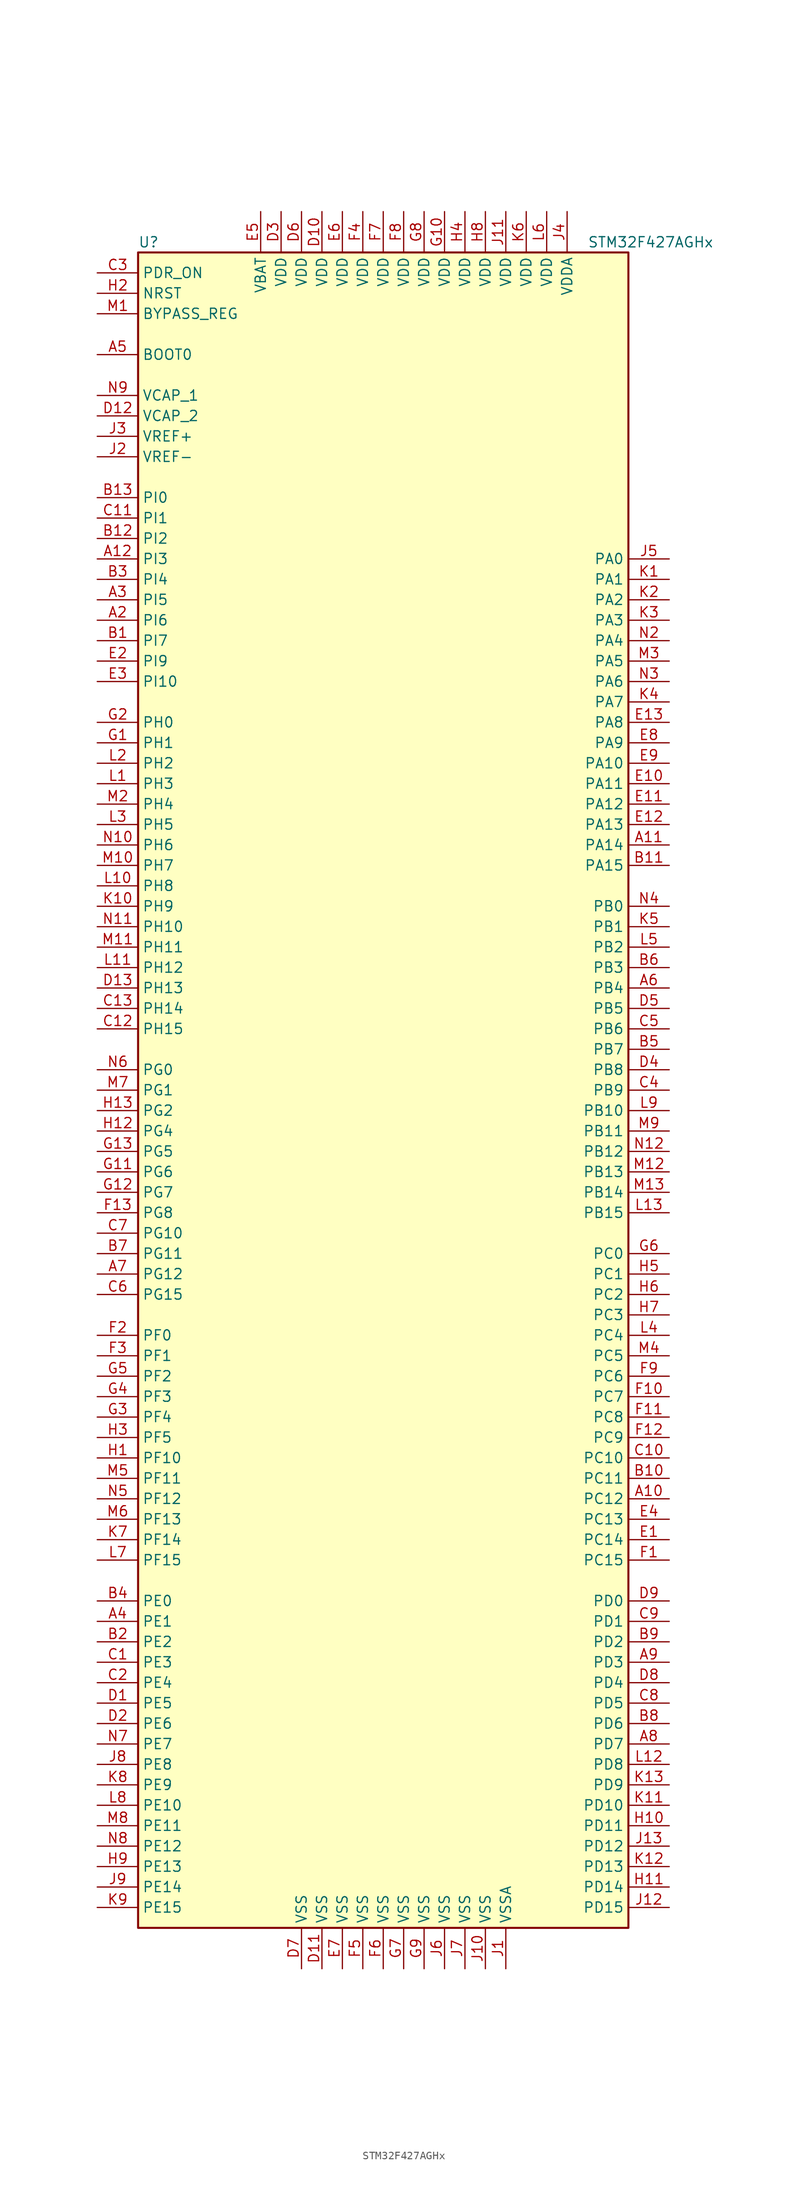
<source format=kicad_sym>
(kicad_symbol_lib
  (version 20200908)
  (generator kicad_symbol_editor)
  (symbol "MCU_ST_STM32F4:STM32F427AGHx"
    (property "Reference" "U"
      (at -30.48 105.41 0)
      (effects (font (size 1.27 1.27)) (justify left)))
    (property "Value" "STM32F427AGHx"
      (at 25.4 105.41 0)
      (effects (font (size 1.27 1.27)) (justify left)))
    (symbol "STM32F427AGHx_0_1"
      (rectangle (start -30.48 -104.14) (end 30.48 104.14) (stroke (width 0.254)) (fill (type background))))
    (symbol "STM32F427AGHx_1_1"
      (pin input line (at -35.56 91.44 0) (length 5.08) (name "BOOT0" (effects (font (size 1.27 1.27)))) (number "A5" (effects (font (size 1.27 1.27)))))
      (pin input line (at -35.56 96.52 0) (length 5.08) (name "BYPASS_REG" (effects (font (size 1.27 1.27)))) (number "M1" (effects (font (size 1.27 1.27)))))
      (pin unconnected line (at -30.48 -101.6 0) (length 5.08) hide (name "NC" (effects (font (size 1.27 1.27)))) (number "A1" (effects (font (size 1.27 1.27)))))
      (pin unconnected line (at -30.48 -99.06 0) (length 5.08) hide (name "NC" (effects (font (size 1.27 1.27)))) (number "A13" (effects (font (size 1.27 1.27)))))
      (pin unconnected line (at -30.48 -96.52 0) (length 5.08) hide (name "NC" (effects (font (size 1.27 1.27)))) (number "N1" (effects (font (size 1.27 1.27)))))
      (pin unconnected line (at -30.48 -93.98 0) (length 5.08) hide (name "NC" (effects (font (size 1.27 1.27)))) (number "N13" (effects (font (size 1.27 1.27)))))
      (pin input line (at -35.56 99.06 0) (length 5.08) (name "NRST" (effects (font (size 1.27 1.27)))) (number "H2" (effects (font (size 1.27 1.27)))))
      (pin bidirectional line (at 35.56 66.04 180) (length 5.08) (name "PA0" (effects (font (size 1.27 1.27)))) (number "J5" (effects (font (size 1.27 1.27)))))
      (pin bidirectional line (at 35.56 63.5 180) (length 5.08) (name "PA1" (effects (font (size 1.27 1.27)))) (number "K1" (effects (font (size 1.27 1.27)))))
      (pin bidirectional line (at 35.56 40.64 180) (length 5.08) (name "PA10" (effects (font (size 1.27 1.27)))) (number "E9" (effects (font (size 1.27 1.27)))))
      (pin bidirectional line (at 35.56 38.1 180) (length 5.08) (name "PA11" (effects (font (size 1.27 1.27)))) (number "E10" (effects (font (size 1.27 1.27)))))
      (pin bidirectional line (at 35.56 35.56 180) (length 5.08) (name "PA12" (effects (font (size 1.27 1.27)))) (number "E11" (effects (font (size 1.27 1.27)))))
      (pin bidirectional line (at 35.56 33.02 180) (length 5.08) (name "PA13" (effects (font (size 1.27 1.27)))) (number "E12" (effects (font (size 1.27 1.27)))))
      (pin bidirectional line (at 35.56 30.48 180) (length 5.08) (name "PA14" (effects (font (size 1.27 1.27)))) (number "A11" (effects (font (size 1.27 1.27)))))
      (pin bidirectional line (at 35.56 27.94 180) (length 5.08) (name "PA15" (effects (font (size 1.27 1.27)))) (number "B11" (effects (font (size 1.27 1.27)))))
      (pin bidirectional line (at 35.56 60.96 180) (length 5.08) (name "PA2" (effects (font (size 1.27 1.27)))) (number "K2" (effects (font (size 1.27 1.27)))))
      (pin bidirectional line (at 35.56 58.42 180) (length 5.08) (name "PA3" (effects (font (size 1.27 1.27)))) (number "K3" (effects (font (size 1.27 1.27)))))
      (pin bidirectional line (at 35.56 55.88 180) (length 5.08) (name "PA4" (effects (font (size 1.27 1.27)))) (number "N2" (effects (font (size 1.27 1.27)))))
      (pin bidirectional line (at 35.56 53.34 180) (length 5.08) (name "PA5" (effects (font (size 1.27 1.27)))) (number "M3" (effects (font (size 1.27 1.27)))))
      (pin bidirectional line (at 35.56 50.8 180) (length 5.08) (name "PA6" (effects (font (size 1.27 1.27)))) (number "N3" (effects (font (size 1.27 1.27)))))
      (pin bidirectional line (at 35.56 48.26 180) (length 5.08) (name "PA7" (effects (font (size 1.27 1.27)))) (number "K4" (effects (font (size 1.27 1.27)))))
      (pin bidirectional line (at 35.56 45.72 180) (length 5.08) (name "PA8" (effects (font (size 1.27 1.27)))) (number "E13" (effects (font (size 1.27 1.27)))))
      (pin bidirectional line (at 35.56 43.18 180) (length 5.08) (name "PA9" (effects (font (size 1.27 1.27)))) (number "E8" (effects (font (size 1.27 1.27)))))
      (pin bidirectional line (at 35.56 22.86 180) (length 5.08) (name "PB0" (effects (font (size 1.27 1.27)))) (number "N4" (effects (font (size 1.27 1.27)))))
      (pin bidirectional line (at 35.56 20.32 180) (length 5.08) (name "PB1" (effects (font (size 1.27 1.27)))) (number "K5" (effects (font (size 1.27 1.27)))))
      (pin bidirectional line (at 35.56 -2.54 180) (length 5.08) (name "PB10" (effects (font (size 1.27 1.27)))) (number "L9" (effects (font (size 1.27 1.27)))))
      (pin bidirectional line (at 35.56 -5.08 180) (length 5.08) (name "PB11" (effects (font (size 1.27 1.27)))) (number "M9" (effects (font (size 1.27 1.27)))))
      (pin bidirectional line (at 35.56 -7.62 180) (length 5.08) (name "PB12" (effects (font (size 1.27 1.27)))) (number "N12" (effects (font (size 1.27 1.27)))))
      (pin bidirectional line (at 35.56 -10.16 180) (length 5.08) (name "PB13" (effects (font (size 1.27 1.27)))) (number "M12" (effects (font (size 1.27 1.27)))))
      (pin bidirectional line (at 35.56 -12.7 180) (length 5.08) (name "PB14" (effects (font (size 1.27 1.27)))) (number "M13" (effects (font (size 1.27 1.27)))))
      (pin bidirectional line (at 35.56 -15.24 180) (length 5.08) (name "PB15" (effects (font (size 1.27 1.27)))) (number "L13" (effects (font (size 1.27 1.27)))))
      (pin bidirectional line (at 35.56 17.78 180) (length 5.08) (name "PB2" (effects (font (size 1.27 1.27)))) (number "L5" (effects (font (size 1.27 1.27)))))
      (pin bidirectional line (at 35.56 15.24 180) (length 5.08) (name "PB3" (effects (font (size 1.27 1.27)))) (number "B6" (effects (font (size 1.27 1.27)))))
      (pin bidirectional line (at 35.56 12.7 180) (length 5.08) (name "PB4" (effects (font (size 1.27 1.27)))) (number "A6" (effects (font (size 1.27 1.27)))))
      (pin bidirectional line (at 35.56 10.16 180) (length 5.08) (name "PB5" (effects (font (size 1.27 1.27)))) (number "D5" (effects (font (size 1.27 1.27)))))
      (pin bidirectional line (at 35.56 7.62 180) (length 5.08) (name "PB6" (effects (font (size 1.27 1.27)))) (number "C5" (effects (font (size 1.27 1.27)))))
      (pin bidirectional line (at 35.56 5.08 180) (length 5.08) (name "PB7" (effects (font (size 1.27 1.27)))) (number "B5" (effects (font (size 1.27 1.27)))))
      (pin bidirectional line (at 35.56 2.54 180) (length 5.08) (name "PB8" (effects (font (size 1.27 1.27)))) (number "D4" (effects (font (size 1.27 1.27)))))
      (pin bidirectional line (at 35.56 0 180) (length 5.08) (name "PB9" (effects (font (size 1.27 1.27)))) (number "C4" (effects (font (size 1.27 1.27)))))
      (pin bidirectional line (at 35.56 -20.32 180) (length 5.08) (name "PC0" (effects (font (size 1.27 1.27)))) (number "G6" (effects (font (size 1.27 1.27)))))
      (pin bidirectional line (at 35.56 -22.86 180) (length 5.08) (name "PC1" (effects (font (size 1.27 1.27)))) (number "H5" (effects (font (size 1.27 1.27)))))
      (pin bidirectional line (at 35.56 -45.72 180) (length 5.08) (name "PC10" (effects (font (size 1.27 1.27)))) (number "C10" (effects (font (size 1.27 1.27)))))
      (pin bidirectional line (at 35.56 -48.26 180) (length 5.08) (name "PC11" (effects (font (size 1.27 1.27)))) (number "B10" (effects (font (size 1.27 1.27)))))
      (pin bidirectional line (at 35.56 -50.8 180) (length 5.08) (name "PC12" (effects (font (size 1.27 1.27)))) (number "A10" (effects (font (size 1.27 1.27)))))
      (pin bidirectional line (at 35.56 -53.34 180) (length 5.08) (name "PC13" (effects (font (size 1.27 1.27)))) (number "E4" (effects (font (size 1.27 1.27)))))
      (pin bidirectional line (at 35.56 -55.88 180) (length 5.08) (name "PC14" (effects (font (size 1.27 1.27)))) (number "E1" (effects (font (size 1.27 1.27)))))
      (pin bidirectional line (at 35.56 -58.42 180) (length 5.08) (name "PC15" (effects (font (size 1.27 1.27)))) (number "F1" (effects (font (size 1.27 1.27)))))
      (pin bidirectional line (at 35.56 -25.4 180) (length 5.08) (name "PC2" (effects (font (size 1.27 1.27)))) (number "H6" (effects (font (size 1.27 1.27)))))
      (pin bidirectional line (at 35.56 -27.94 180) (length 5.08) (name "PC3" (effects (font (size 1.27 1.27)))) (number "H7" (effects (font (size 1.27 1.27)))))
      (pin bidirectional line (at 35.56 -30.48 180) (length 5.08) (name "PC4" (effects (font (size 1.27 1.27)))) (number "L4" (effects (font (size 1.27 1.27)))))
      (pin bidirectional line (at 35.56 -33.02 180) (length 5.08) (name "PC5" (effects (font (size 1.27 1.27)))) (number "M4" (effects (font (size 1.27 1.27)))))
      (pin bidirectional line (at 35.56 -35.56 180) (length 5.08) (name "PC6" (effects (font (size 1.27 1.27)))) (number "F9" (effects (font (size 1.27 1.27)))))
      (pin bidirectional line (at 35.56 -38.1 180) (length 5.08) (name "PC7" (effects (font (size 1.27 1.27)))) (number "F10" (effects (font (size 1.27 1.27)))))
      (pin bidirectional line (at 35.56 -40.64 180) (length 5.08) (name "PC8" (effects (font (size 1.27 1.27)))) (number "F11" (effects (font (size 1.27 1.27)))))
      (pin bidirectional line (at 35.56 -43.18 180) (length 5.08) (name "PC9" (effects (font (size 1.27 1.27)))) (number "F12" (effects (font (size 1.27 1.27)))))
      (pin bidirectional line (at 35.56 -63.5 180) (length 5.08) (name "PD0" (effects (font (size 1.27 1.27)))) (number "D9" (effects (font (size 1.27 1.27)))))
      (pin bidirectional line (at 35.56 -66.04 180) (length 5.08) (name "PD1" (effects (font (size 1.27 1.27)))) (number "C9" (effects (font (size 1.27 1.27)))))
      (pin bidirectional line (at 35.56 -88.9 180) (length 5.08) (name "PD10" (effects (font (size 1.27 1.27)))) (number "K11" (effects (font (size 1.27 1.27)))))
      (pin bidirectional line (at 35.56 -91.44 180) (length 5.08) (name "PD11" (effects (font (size 1.27 1.27)))) (number "H10" (effects (font (size 1.27 1.27)))))
      (pin bidirectional line (at 35.56 -93.98 180) (length 5.08) (name "PD12" (effects (font (size 1.27 1.27)))) (number "J13" (effects (font (size 1.27 1.27)))))
      (pin bidirectional line (at 35.56 -96.52 180) (length 5.08) (name "PD13" (effects (font (size 1.27 1.27)))) (number "K12" (effects (font (size 1.27 1.27)))))
      (pin bidirectional line (at 35.56 -99.06 180) (length 5.08) (name "PD14" (effects (font (size 1.27 1.27)))) (number "H11" (effects (font (size 1.27 1.27)))))
      (pin bidirectional line (at 35.56 -101.6 180) (length 5.08) (name "PD15" (effects (font (size 1.27 1.27)))) (number "J12" (effects (font (size 1.27 1.27)))))
      (pin bidirectional line (at 35.56 -68.58 180) (length 5.08) (name "PD2" (effects (font (size 1.27 1.27)))) (number "B9" (effects (font (size 1.27 1.27)))))
      (pin bidirectional line (at 35.56 -71.12 180) (length 5.08) (name "PD3" (effects (font (size 1.27 1.27)))) (number "A9" (effects (font (size 1.27 1.27)))))
      (pin bidirectional line (at 35.56 -73.66 180) (length 5.08) (name "PD4" (effects (font (size 1.27 1.27)))) (number "D8" (effects (font (size 1.27 1.27)))))
      (pin bidirectional line (at 35.56 -76.2 180) (length 5.08) (name "PD5" (effects (font (size 1.27 1.27)))) (number "C8" (effects (font (size 1.27 1.27)))))
      (pin bidirectional line (at 35.56 -78.74 180) (length 5.08) (name "PD6" (effects (font (size 1.27 1.27)))) (number "B8" (effects (font (size 1.27 1.27)))))
      (pin bidirectional line (at 35.56 -81.28 180) (length 5.08) (name "PD7" (effects (font (size 1.27 1.27)))) (number "A8" (effects (font (size 1.27 1.27)))))
      (pin bidirectional line (at 35.56 -83.82 180) (length 5.08) (name "PD8" (effects (font (size 1.27 1.27)))) (number "L12" (effects (font (size 1.27 1.27)))))
      (pin bidirectional line (at 35.56 -86.36 180) (length 5.08) (name "PD9" (effects (font (size 1.27 1.27)))) (number "K13" (effects (font (size 1.27 1.27)))))
      (pin input line (at -35.56 101.6 0) (length 5.08) (name "PDR_ON" (effects (font (size 1.27 1.27)))) (number "C3" (effects (font (size 1.27 1.27)))))
      (pin bidirectional line (at -35.56 -63.5 0) (length 5.08) (name "PE0" (effects (font (size 1.27 1.27)))) (number "B4" (effects (font (size 1.27 1.27)))))
      (pin bidirectional line (at -35.56 -66.04 0) (length 5.08) (name "PE1" (effects (font (size 1.27 1.27)))) (number "A4" (effects (font (size 1.27 1.27)))))
      (pin bidirectional line (at -35.56 -88.9 0) (length 5.08) (name "PE10" (effects (font (size 1.27 1.27)))) (number "L8" (effects (font (size 1.27 1.27)))))
      (pin bidirectional line (at -35.56 -91.44 0) (length 5.08) (name "PE11" (effects (font (size 1.27 1.27)))) (number "M8" (effects (font (size 1.27 1.27)))))
      (pin bidirectional line (at -35.56 -93.98 0) (length 5.08) (name "PE12" (effects (font (size 1.27 1.27)))) (number "N8" (effects (font (size 1.27 1.27)))))
      (pin bidirectional line (at -35.56 -96.52 0) (length 5.08) (name "PE13" (effects (font (size 1.27 1.27)))) (number "H9" (effects (font (size 1.27 1.27)))))
      (pin bidirectional line (at -35.56 -99.06 0) (length 5.08) (name "PE14" (effects (font (size 1.27 1.27)))) (number "J9" (effects (font (size 1.27 1.27)))))
      (pin bidirectional line (at -35.56 -101.6 0) (length 5.08) (name "PE15" (effects (font (size 1.27 1.27)))) (number "K9" (effects (font (size 1.27 1.27)))))
      (pin bidirectional line (at -35.56 -68.58 0) (length 5.08) (name "PE2" (effects (font (size 1.27 1.27)))) (number "B2" (effects (font (size 1.27 1.27)))))
      (pin bidirectional line (at -35.56 -71.12 0) (length 5.08) (name "PE3" (effects (font (size 1.27 1.27)))) (number "C1" (effects (font (size 1.27 1.27)))))
      (pin bidirectional line (at -35.56 -73.66 0) (length 5.08) (name "PE4" (effects (font (size 1.27 1.27)))) (number "C2" (effects (font (size 1.27 1.27)))))
      (pin bidirectional line (at -35.56 -76.2 0) (length 5.08) (name "PE5" (effects (font (size 1.27 1.27)))) (number "D1" (effects (font (size 1.27 1.27)))))
      (pin bidirectional line (at -35.56 -78.74 0) (length 5.08) (name "PE6" (effects (font (size 1.27 1.27)))) (number "D2" (effects (font (size 1.27 1.27)))))
      (pin bidirectional line (at -35.56 -81.28 0) (length 5.08) (name "PE7" (effects (font (size 1.27 1.27)))) (number "N7" (effects (font (size 1.27 1.27)))))
      (pin bidirectional line (at -35.56 -83.82 0) (length 5.08) (name "PE8" (effects (font (size 1.27 1.27)))) (number "J8" (effects (font (size 1.27 1.27)))))
      (pin bidirectional line (at -35.56 -86.36 0) (length 5.08) (name "PE9" (effects (font (size 1.27 1.27)))) (number "K8" (effects (font (size 1.27 1.27)))))
      (pin bidirectional line (at -35.56 -30.48 0) (length 5.08) (name "PF0" (effects (font (size 1.27 1.27)))) (number "F2" (effects (font (size 1.27 1.27)))))
      (pin bidirectional line (at -35.56 -33.02 0) (length 5.08) (name "PF1" (effects (font (size 1.27 1.27)))) (number "F3" (effects (font (size 1.27 1.27)))))
      (pin bidirectional line (at -35.56 -45.72 0) (length 5.08) (name "PF10" (effects (font (size 1.27 1.27)))) (number "H1" (effects (font (size 1.27 1.27)))))
      (pin bidirectional line (at -35.56 -48.26 0) (length 5.08) (name "PF11" (effects (font (size 1.27 1.27)))) (number "M5" (effects (font (size 1.27 1.27)))))
      (pin bidirectional line (at -35.56 -50.8 0) (length 5.08) (name "PF12" (effects (font (size 1.27 1.27)))) (number "N5" (effects (font (size 1.27 1.27)))))
      (pin bidirectional line (at -35.56 -53.34 0) (length 5.08) (name "PF13" (effects (font (size 1.27 1.27)))) (number "M6" (effects (font (size 1.27 1.27)))))
      (pin bidirectional line (at -35.56 -55.88 0) (length 5.08) (name "PF14" (effects (font (size 1.27 1.27)))) (number "K7" (effects (font (size 1.27 1.27)))))
      (pin bidirectional line (at -35.56 -58.42 0) (length 5.08) (name "PF15" (effects (font (size 1.27 1.27)))) (number "L7" (effects (font (size 1.27 1.27)))))
      (pin bidirectional line (at -35.56 -35.56 0) (length 5.08) (name "PF2" (effects (font (size 1.27 1.27)))) (number "G5" (effects (font (size 1.27 1.27)))))
      (pin bidirectional line (at -35.56 -38.1 0) (length 5.08) (name "PF3" (effects (font (size 1.27 1.27)))) (number "G4" (effects (font (size 1.27 1.27)))))
      (pin bidirectional line (at -35.56 -40.64 0) (length 5.08) (name "PF4" (effects (font (size 1.27 1.27)))) (number "G3" (effects (font (size 1.27 1.27)))))
      (pin bidirectional line (at -35.56 -43.18 0) (length 5.08) (name "PF5" (effects (font (size 1.27 1.27)))) (number "H3" (effects (font (size 1.27 1.27)))))
      (pin bidirectional line (at -35.56 2.54 0) (length 5.08) (name "PG0" (effects (font (size 1.27 1.27)))) (number "N6" (effects (font (size 1.27 1.27)))))
      (pin bidirectional line (at -35.56 0 0) (length 5.08) (name "PG1" (effects (font (size 1.27 1.27)))) (number "M7" (effects (font (size 1.27 1.27)))))
      (pin bidirectional line (at -35.56 -17.78 0) (length 5.08) (name "PG10" (effects (font (size 1.27 1.27)))) (number "C7" (effects (font (size 1.27 1.27)))))
      (pin bidirectional line (at -35.56 -20.32 0) (length 5.08) (name "PG11" (effects (font (size 1.27 1.27)))) (number "B7" (effects (font (size 1.27 1.27)))))
      (pin bidirectional line (at -35.56 -22.86 0) (length 5.08) (name "PG12" (effects (font (size 1.27 1.27)))) (number "A7" (effects (font (size 1.27 1.27)))))
      (pin bidirectional line (at -35.56 -25.4 0) (length 5.08) (name "PG15" (effects (font (size 1.27 1.27)))) (number "C6" (effects (font (size 1.27 1.27)))))
      (pin bidirectional line (at -35.56 -2.54 0) (length 5.08) (name "PG2" (effects (font (size 1.27 1.27)))) (number "H13" (effects (font (size 1.27 1.27)))))
      (pin bidirectional line (at -35.56 -5.08 0) (length 5.08) (name "PG4" (effects (font (size 1.27 1.27)))) (number "H12" (effects (font (size 1.27 1.27)))))
      (pin bidirectional line (at -35.56 -7.62 0) (length 5.08) (name "PG5" (effects (font (size 1.27 1.27)))) (number "G13" (effects (font (size 1.27 1.27)))))
      (pin bidirectional line (at -35.56 -10.16 0) (length 5.08) (name "PG6" (effects (font (size 1.27 1.27)))) (number "G11" (effects (font (size 1.27 1.27)))))
      (pin bidirectional line (at -35.56 -12.7 0) (length 5.08) (name "PG7" (effects (font (size 1.27 1.27)))) (number "G12" (effects (font (size 1.27 1.27)))))
      (pin bidirectional line (at -35.56 -15.24 0) (length 5.08) (name "PG8" (effects (font (size 1.27 1.27)))) (number "F13" (effects (font (size 1.27 1.27)))))
      (pin input line (at -35.56 45.72 0) (length 5.08) (name "PH0" (effects (font (size 1.27 1.27)))) (number "G2" (effects (font (size 1.27 1.27)))))
      (pin input line (at -35.56 43.18 0) (length 5.08) (name "PH1" (effects (font (size 1.27 1.27)))) (number "G1" (effects (font (size 1.27 1.27)))))
      (pin bidirectional line (at -35.56 20.32 0) (length 5.08) (name "PH10" (effects (font (size 1.27 1.27)))) (number "N11" (effects (font (size 1.27 1.27)))))
      (pin bidirectional line (at -35.56 17.78 0) (length 5.08) (name "PH11" (effects (font (size 1.27 1.27)))) (number "M11" (effects (font (size 1.27 1.27)))))
      (pin bidirectional line (at -35.56 15.24 0) (length 5.08) (name "PH12" (effects (font (size 1.27 1.27)))) (number "L11" (effects (font (size 1.27 1.27)))))
      (pin bidirectional line (at -35.56 12.7 0) (length 5.08) (name "PH13" (effects (font (size 1.27 1.27)))) (number "D13" (effects (font (size 1.27 1.27)))))
      (pin bidirectional line (at -35.56 10.16 0) (length 5.08) (name "PH14" (effects (font (size 1.27 1.27)))) (number "C13" (effects (font (size 1.27 1.27)))))
      (pin bidirectional line (at -35.56 7.62 0) (length 5.08) (name "PH15" (effects (font (size 1.27 1.27)))) (number "C12" (effects (font (size 1.27 1.27)))))
      (pin bidirectional line (at -35.56 40.64 0) (length 5.08) (name "PH2" (effects (font (size 1.27 1.27)))) (number "L2" (effects (font (size 1.27 1.27)))))
      (pin bidirectional line (at -35.56 38.1 0) (length 5.08) (name "PH3" (effects (font (size 1.27 1.27)))) (number "L1" (effects (font (size 1.27 1.27)))))
      (pin bidirectional line (at -35.56 35.56 0) (length 5.08) (name "PH4" (effects (font (size 1.27 1.27)))) (number "M2" (effects (font (size 1.27 1.27)))))
      (pin bidirectional line (at -35.56 33.02 0) (length 5.08) (name "PH5" (effects (font (size 1.27 1.27)))) (number "L3" (effects (font (size 1.27 1.27)))))
      (pin bidirectional line (at -35.56 30.48 0) (length 5.08) (name "PH6" (effects (font (size 1.27 1.27)))) (number "N10" (effects (font (size 1.27 1.27)))))
      (pin bidirectional line (at -35.56 27.94 0) (length 5.08) (name "PH7" (effects (font (size 1.27 1.27)))) (number "M10" (effects (font (size 1.27 1.27)))))
      (pin bidirectional line (at -35.56 25.4 0) (length 5.08) (name "PH8" (effects (font (size 1.27 1.27)))) (number "L10" (effects (font (size 1.27 1.27)))))
      (pin bidirectional line (at -35.56 22.86 0) (length 5.08) (name "PH9" (effects (font (size 1.27 1.27)))) (number "K10" (effects (font (size 1.27 1.27)))))
      (pin bidirectional line (at -35.56 73.66 0) (length 5.08) (name "PI0" (effects (font (size 1.27 1.27)))) (number "B13" (effects (font (size 1.27 1.27)))))
      (pin bidirectional line (at -35.56 71.12 0) (length 5.08) (name "PI1" (effects (font (size 1.27 1.27)))) (number "C11" (effects (font (size 1.27 1.27)))))
      (pin bidirectional line (at -35.56 50.8 0) (length 5.08) (name "PI10" (effects (font (size 1.27 1.27)))) (number "E3" (effects (font (size 1.27 1.27)))))
      (pin bidirectional line (at -35.56 68.58 0) (length 5.08) (name "PI2" (effects (font (size 1.27 1.27)))) (number "B12" (effects (font (size 1.27 1.27)))))
      (pin bidirectional line (at -35.56 66.04 0) (length 5.08) (name "PI3" (effects (font (size 1.27 1.27)))) (number "A12" (effects (font (size 1.27 1.27)))))
      (pin bidirectional line (at -35.56 63.5 0) (length 5.08) (name "PI4" (effects (font (size 1.27 1.27)))) (number "B3" (effects (font (size 1.27 1.27)))))
      (pin bidirectional line (at -35.56 60.96 0) (length 5.08) (name "PI5" (effects (font (size 1.27 1.27)))) (number "A3" (effects (font (size 1.27 1.27)))))
      (pin bidirectional line (at -35.56 58.42 0) (length 5.08) (name "PI6" (effects (font (size 1.27 1.27)))) (number "A2" (effects (font (size 1.27 1.27)))))
      (pin bidirectional line (at -35.56 55.88 0) (length 5.08) (name "PI7" (effects (font (size 1.27 1.27)))) (number "B1" (effects (font (size 1.27 1.27)))))
      (pin bidirectional line (at -35.56 53.34 0) (length 5.08) (name "PI9" (effects (font (size 1.27 1.27)))) (number "E2" (effects (font (size 1.27 1.27)))))
      (pin power_in line (at -15.24 109.22 270) (length 5.08) (name "VBAT" (effects (font (size 1.27 1.27)))) (number "E5" (effects (font (size 1.27 1.27)))))
      (pin power_in line (at -35.56 86.36 0) (length 5.08) (name "VCAP_1" (effects (font (size 1.27 1.27)))) (number "N9" (effects (font (size 1.27 1.27)))))
      (pin power_in line (at -35.56 83.82 0) (length 5.08) (name "VCAP_2" (effects (font (size 1.27 1.27)))) (number "D12" (effects (font (size 1.27 1.27)))))
      (pin power_in line (at -7.62 109.22 270) (length 5.08) (name "VDD" (effects (font (size 1.27 1.27)))) (number "D10" (effects (font (size 1.27 1.27)))))
      (pin power_in line (at -12.7 109.22 270) (length 5.08) (name "VDD" (effects (font (size 1.27 1.27)))) (number "D3" (effects (font (size 1.27 1.27)))))
      (pin power_in line (at -10.16 109.22 270) (length 5.08) (name "VDD" (effects (font (size 1.27 1.27)))) (number "D6" (effects (font (size 1.27 1.27)))))
      (pin power_in line (at -5.08 109.22 270) (length 5.08) (name "VDD" (effects (font (size 1.27 1.27)))) (number "E6" (effects (font (size 1.27 1.27)))))
      (pin power_in line (at -2.54 109.22 270) (length 5.08) (name "VDD" (effects (font (size 1.27 1.27)))) (number "F4" (effects (font (size 1.27 1.27)))))
      (pin power_in line (at 0 109.22 270) (length 5.08) (name "VDD" (effects (font (size 1.27 1.27)))) (number "F7" (effects (font (size 1.27 1.27)))))
      (pin power_in line (at 2.54 109.22 270) (length 5.08) (name "VDD" (effects (font (size 1.27 1.27)))) (number "F8" (effects (font (size 1.27 1.27)))))
      (pin power_in line (at 7.62 109.22 270) (length 5.08) (name "VDD" (effects (font (size 1.27 1.27)))) (number "G10" (effects (font (size 1.27 1.27)))))
      (pin power_in line (at 5.08 109.22 270) (length 5.08) (name "VDD" (effects (font (size 1.27 1.27)))) (number "G8" (effects (font (size 1.27 1.27)))))
      (pin power_in line (at 10.16 109.22 270) (length 5.08) (name "VDD" (effects (font (size 1.27 1.27)))) (number "H4" (effects (font (size 1.27 1.27)))))
      (pin power_in line (at 12.7 109.22 270) (length 5.08) (name "VDD" (effects (font (size 1.27 1.27)))) (number "H8" (effects (font (size 1.27 1.27)))))
      (pin power_in line (at 15.24 109.22 270) (length 5.08) (name "VDD" (effects (font (size 1.27 1.27)))) (number "J11" (effects (font (size 1.27 1.27)))))
      (pin power_in line (at 17.78 109.22 270) (length 5.08) (name "VDD" (effects (font (size 1.27 1.27)))) (number "K6" (effects (font (size 1.27 1.27)))))
      (pin power_in line (at 20.32 109.22 270) (length 5.08) (name "VDD" (effects (font (size 1.27 1.27)))) (number "L6" (effects (font (size 1.27 1.27)))))
      (pin power_in line (at 22.86 109.22 270) (length 5.08) (name "VDDA" (effects (font (size 1.27 1.27)))) (number "J4" (effects (font (size 1.27 1.27)))))
      (pin power_in line (at -35.56 81.28 0) (length 5.08) (name "VREF+" (effects (font (size 1.27 1.27)))) (number "J3" (effects (font (size 1.27 1.27)))))
      (pin power_in line (at -35.56 78.74 0) (length 5.08) (name "VREF-" (effects (font (size 1.27 1.27)))) (number "J2" (effects (font (size 1.27 1.27)))))
      (pin power_in line (at -7.62 -109.22 90) (length 5.08) (name "VSS" (effects (font (size 1.27 1.27)))) (number "D11" (effects (font (size 1.27 1.27)))))
      (pin power_in line (at -10.16 -109.22 90) (length 5.08) (name "VSS" (effects (font (size 1.27 1.27)))) (number "D7" (effects (font (size 1.27 1.27)))))
      (pin power_in line (at -5.08 -109.22 90) (length 5.08) (name "VSS" (effects (font (size 1.27 1.27)))) (number "E7" (effects (font (size 1.27 1.27)))))
      (pin power_in line (at -2.54 -109.22 90) (length 5.08) (name "VSS" (effects (font (size 1.27 1.27)))) (number "F5" (effects (font (size 1.27 1.27)))))
      (pin power_in line (at 0 -109.22 90) (length 5.08) (name "VSS" (effects (font (size 1.27 1.27)))) (number "F6" (effects (font (size 1.27 1.27)))))
      (pin power_in line (at 2.54 -109.22 90) (length 5.08) (name "VSS" (effects (font (size 1.27 1.27)))) (number "G7" (effects (font (size 1.27 1.27)))))
      (pin power_in line (at 5.08 -109.22 90) (length 5.08) (name "VSS" (effects (font (size 1.27 1.27)))) (number "G9" (effects (font (size 1.27 1.27)))))
      (pin power_in line (at 12.7 -109.22 90) (length 5.08) (name "VSS" (effects (font (size 1.27 1.27)))) (number "J10" (effects (font (size 1.27 1.27)))))
      (pin power_in line (at 7.62 -109.22 90) (length 5.08) (name "VSS" (effects (font (size 1.27 1.27)))) (number "J6" (effects (font (size 1.27 1.27)))))
      (pin power_in line (at 10.16 -109.22 90) (length 5.08) (name "VSS" (effects (font (size 1.27 1.27)))) (number "J7" (effects (font (size 1.27 1.27)))))
      (pin power_in line (at 15.24 -109.22 90) (length 5.08) (name "VSSA" (effects (font (size 1.27 1.27)))) (number "J1" (effects (font (size 1.27 1.27))))))))
</source>
